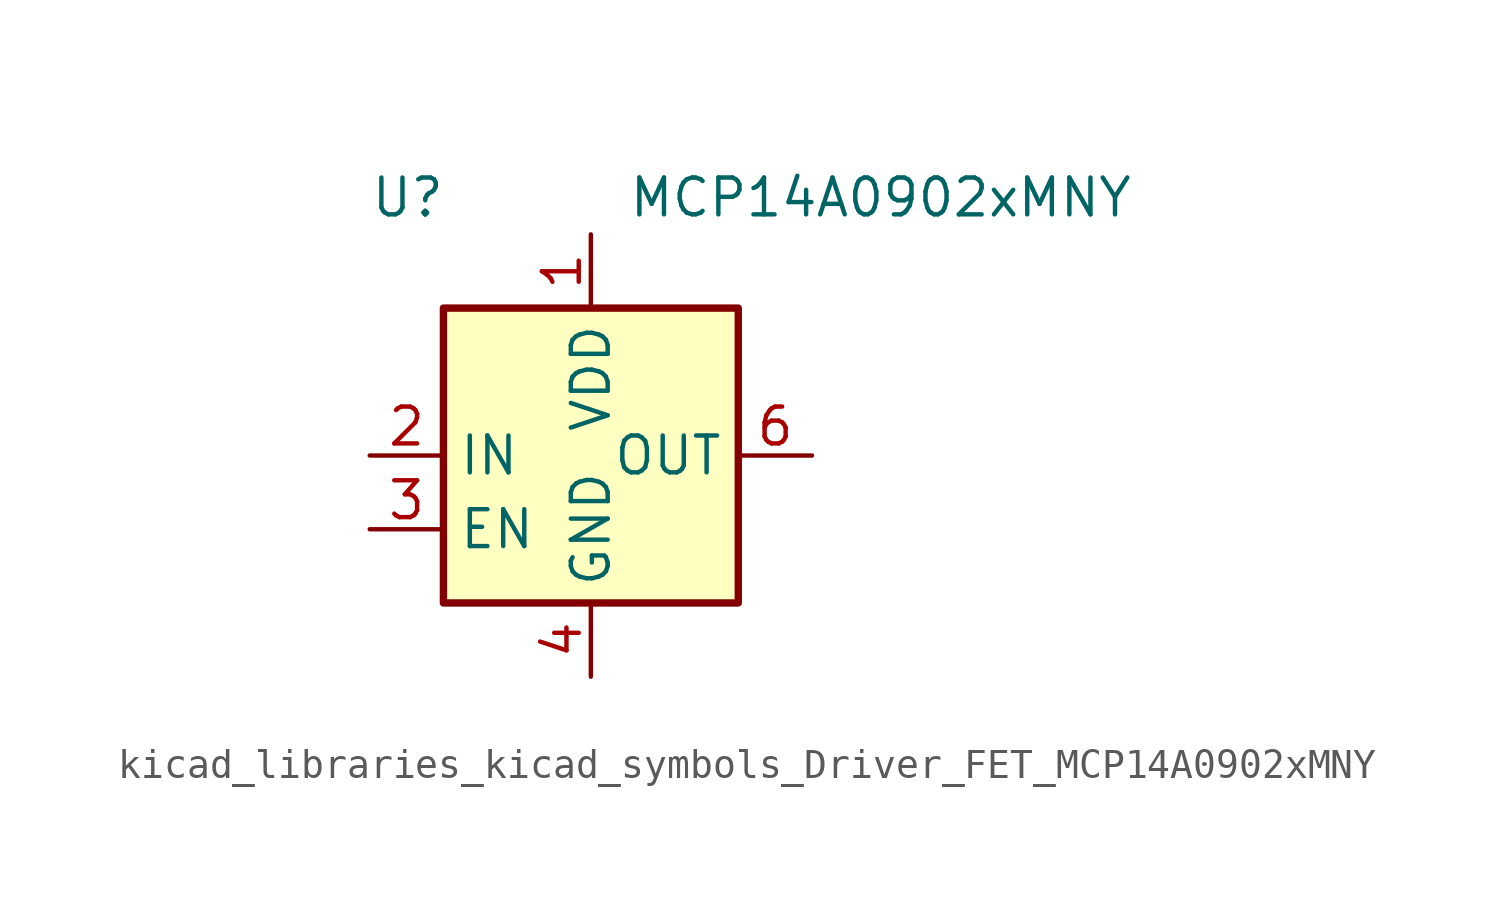
<source format=kicad_sym>
(kicad_symbol_lib
  (version 20220914)
  (generator kicad_symbol_editor)
  (symbol "kicad_libraries_kicad_symbols_Driver_FET_MCP14A0902xMNY"
    (property "Reference" "U"
      (at -7.62 8.89 0)
      (effects (font (size 1.27 1.27)) (justify left)))
    (property "Value" "MCP14A0902xMNY"
      (at 1.27 8.89 0)
      (effects (font (size 1.27 1.27)) (justify left)))
    (symbol "kicad_libraries_kicad_symbols_Driver_FET_MCP14A0902xMNY_1_1"
      (rectangle (start -5.08 -5.08) (end 5.08 5.08) (stroke (width 0.254) (type default)) (fill (type background)))
      (pin power_in line (at 0 7.62 270) (length 2.54) (name "VDD" (effects (font (size 1.27 1.27)))) (number "1" (effects (font (size 1.27 1.27)))))
      (pin input line (at -7.62 0 0) (length 2.54) (name "IN" (effects (font (size 1.27 1.27)))) (number "2" (effects (font (size 1.27 1.27)))))
      (pin input line (at -7.62 -2.54 0) (length 2.54) (name "EN" (effects (font (size 1.27 1.27)))) (number "3" (effects (font (size 1.27 1.27)))))
      (pin power_in line (at 0 -7.62 90) (length 2.54) (name "GND" (effects (font (size 1.27 1.27)))) (number "4" (effects (font (size 1.27 1.27)))))
      (pin passive line (at 0 -7.62 90) (length 2.54) hide (name "GND" (effects (font (size 1.27 1.27)))) (number "5" (effects (font (size 1.27 1.27)))))
      (pin output line (at 7.62 0 180) (length 2.54) (name "OUT" (effects (font (size 1.27 1.27)))) (number "6" (effects (font (size 1.27 1.27)))))
      (pin passive line (at 7.62 0 180) (length 2.54) hide (name "OUT" (effects (font (size 1.27 1.27)))) (number "7" (effects (font (size 1.27 1.27)))))
      (pin passive line (at 0 7.62 270) (length 2.54) hide (name "VDD" (effects (font (size 1.27 1.27)))) (number "8" (effects (font (size 1.27 1.27)))))
      (pin passive line (at 0 -7.62 90) (length 2.54) hide (name "GND" (effects (font (size 1.27 1.27)))) (number "9" (effects (font (size 1.27 1.27))))))))
</source>
